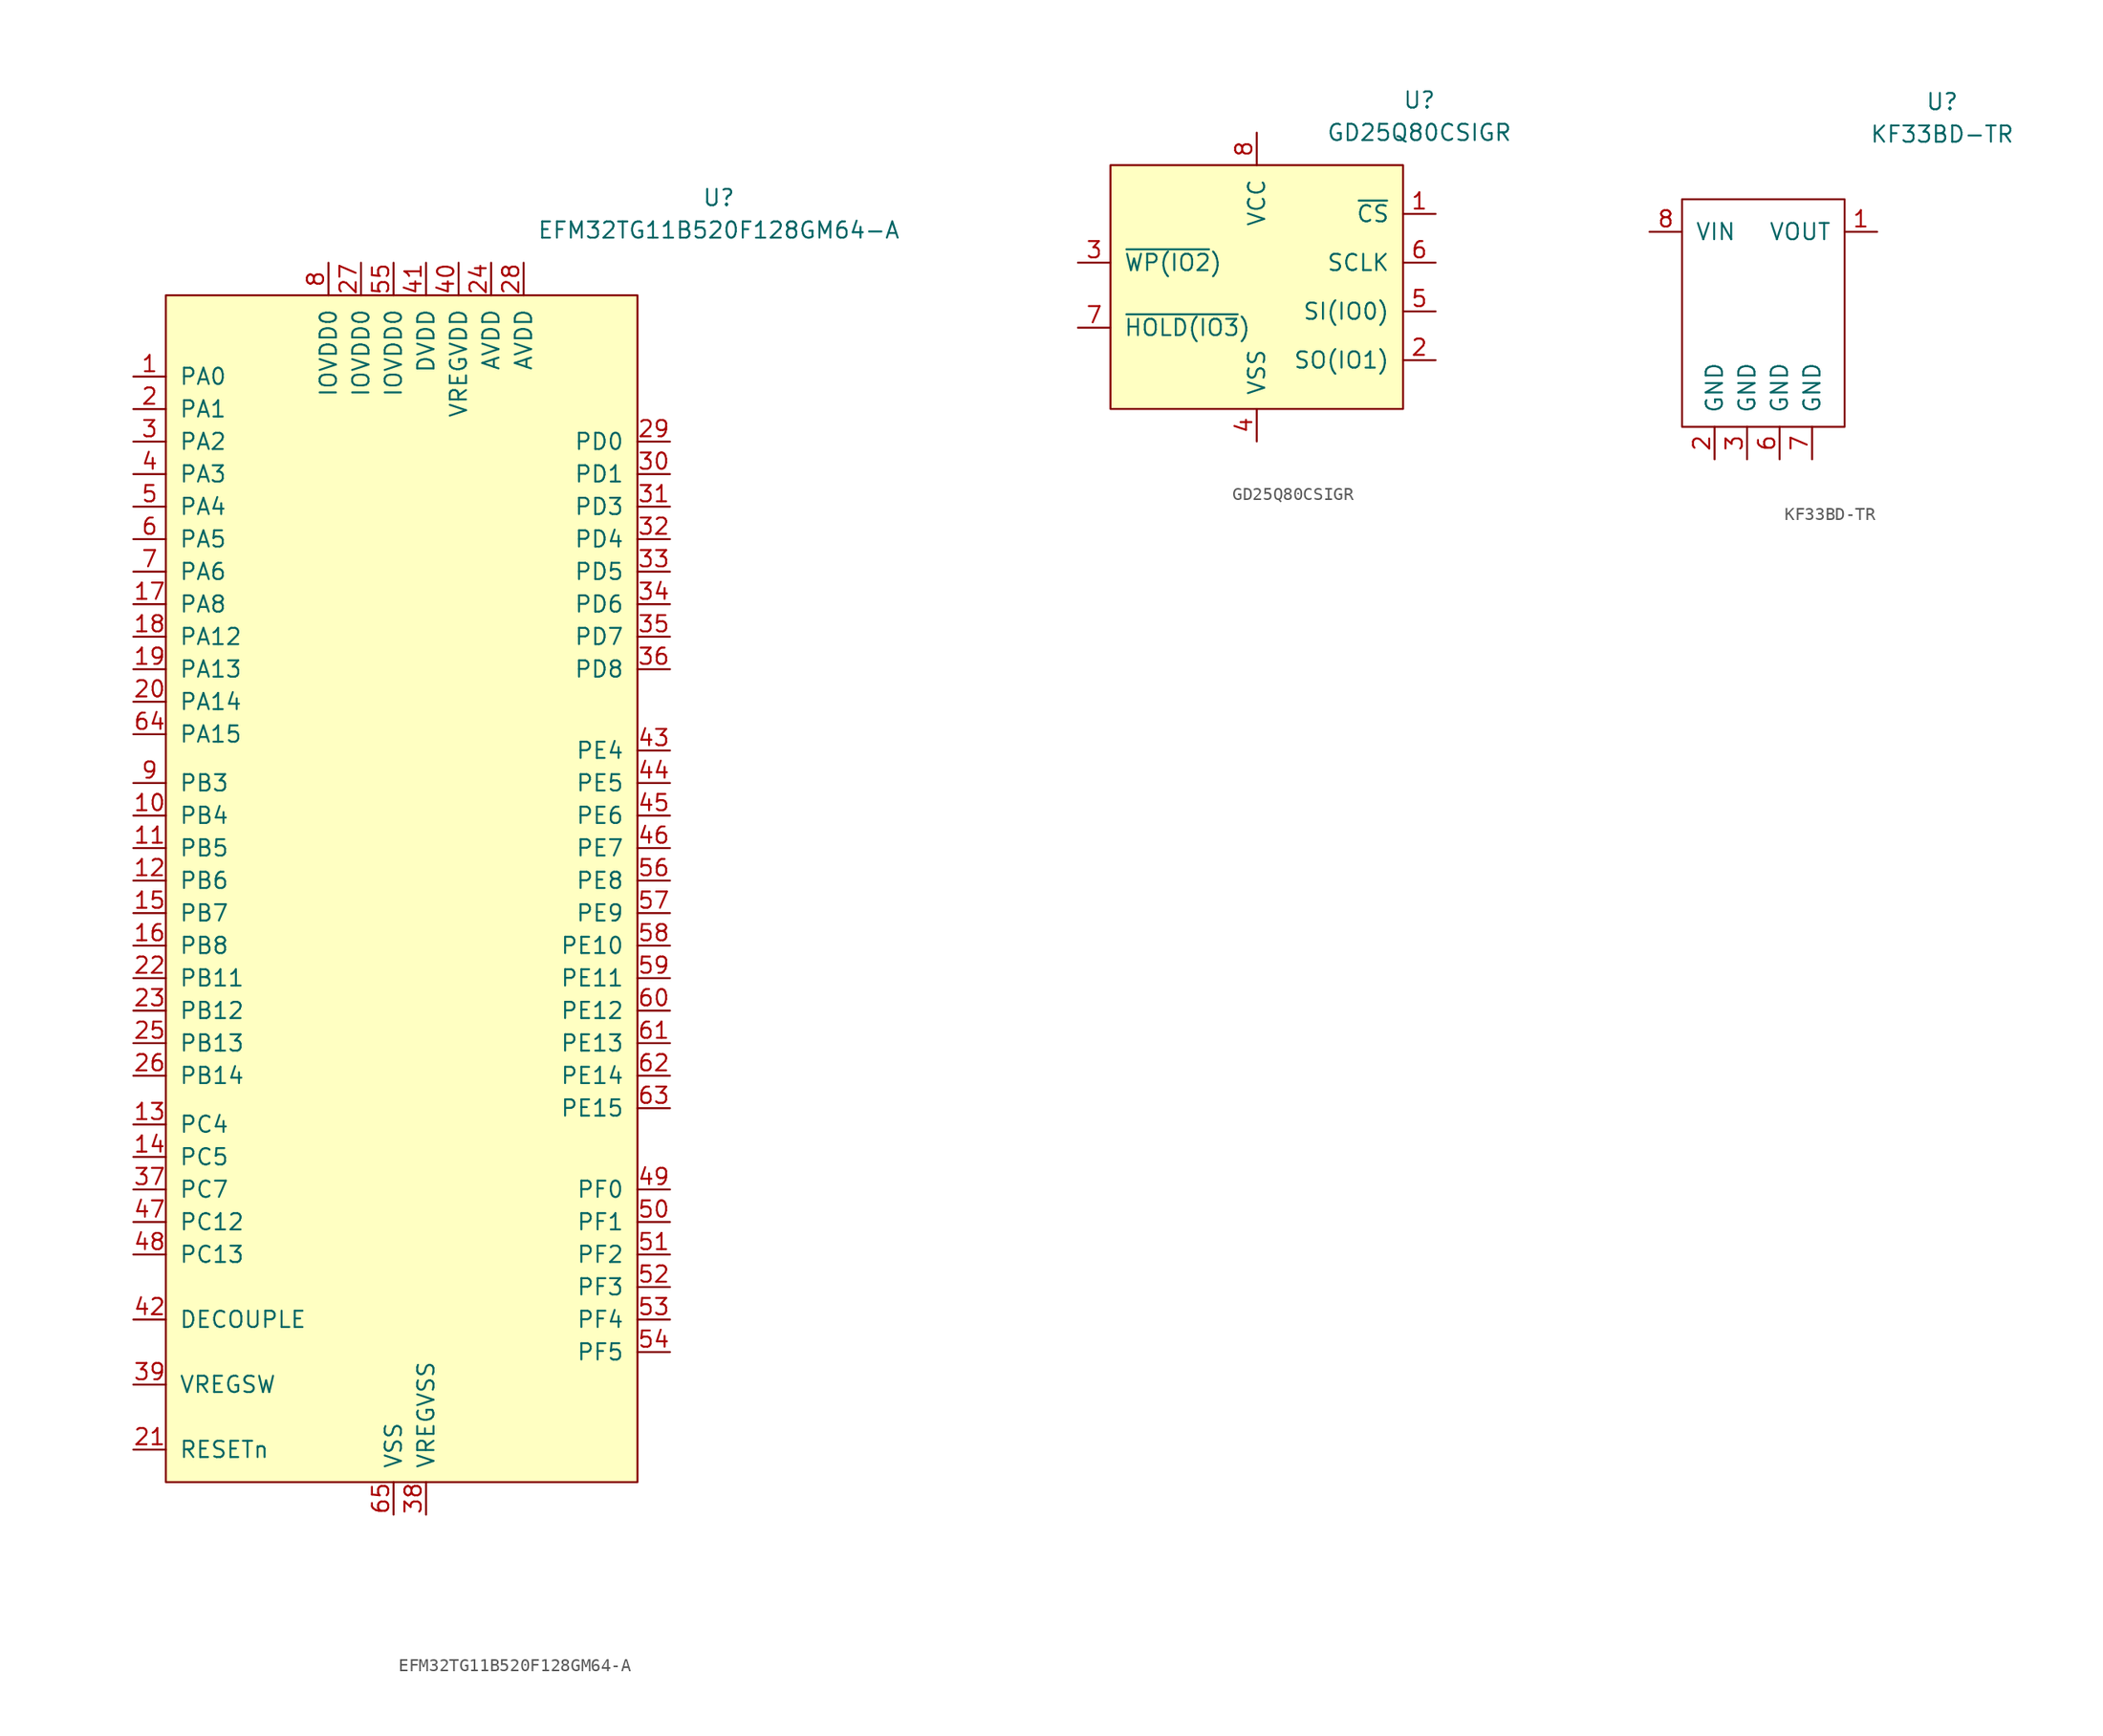
<source format=kicad_sym>
(kicad_symbol_lib
  (version 20211014)
  (generator kicad_symbol_editor)
  (symbol "EFM32TG11B520F128GM64-A"
    (pin_names
      (offset 1.016))
    (property "Reference" "U"
      (at 25.4 41.91 0)
      (effects (font (size 1.27 1.27))))
    (property "Value" "EFM32TG11B520F128GM64-A"
      (at 25.4 39.37 0)
      (effects (font (size 1.27 1.27))))
    (symbol "EFM32TG11B520F128GM64-A_0_1"
      (rectangle (start -17.78 34.29) (end 19.05 -58.42) (stroke (width 0) (type default) (color 0 0 0 0)) (fill (type background))))
    (symbol "EFM32TG11B520F128GM64-A_1_1"
      (pin bidirectional line (at -20.32 27.94 0) (length 2.54) (name "PA0" (effects (font (size 1.27 1.27)))) (number "1" (effects (font (size 1.27 1.27)))))
      (pin bidirectional line (at -20.32 -6.35 0) (length 2.54) (name "PB4" (effects (font (size 1.27 1.27)))) (number "10" (effects (font (size 1.27 1.27)))))
      (pin bidirectional line (at -20.32 -8.89 0) (length 2.54) (name "PB5" (effects (font (size 1.27 1.27)))) (number "11" (effects (font (size 1.27 1.27)))))
      (pin bidirectional line (at -20.32 -11.43 0) (length 2.54) (name "PB6" (effects (font (size 1.27 1.27)))) (number "12" (effects (font (size 1.27 1.27)))))
      (pin bidirectional line (at -20.32 -30.48 0) (length 2.54) (name "PC4" (effects (font (size 1.27 1.27)))) (number "13" (effects (font (size 1.27 1.27)))))
      (pin bidirectional line (at -20.32 -33.02 0) (length 2.54) (name "PC5" (effects (font (size 1.27 1.27)))) (number "14" (effects (font (size 1.27 1.27)))))
      (pin bidirectional line (at -20.32 -13.97 0) (length 2.54) (name "PB7" (effects (font (size 1.27 1.27)))) (number "15" (effects (font (size 1.27 1.27)))))
      (pin bidirectional line (at -20.32 -16.51 0) (length 2.54) (name "PB8" (effects (font (size 1.27 1.27)))) (number "16" (effects (font (size 1.27 1.27)))))
      (pin bidirectional line (at -20.32 10.16 0) (length 2.54) (name "PA8" (effects (font (size 1.27 1.27)))) (number "17" (effects (font (size 1.27 1.27)))))
      (pin bidirectional line (at -20.32 7.62 0) (length 2.54) (name "PA12" (effects (font (size 1.27 1.27)))) (number "18" (effects (font (size 1.27 1.27)))))
      (pin bidirectional line (at -20.32 5.08 0) (length 2.54) (name "PA13" (effects (font (size 1.27 1.27)))) (number "19" (effects (font (size 1.27 1.27)))))
      (pin bidirectional line (at -20.32 25.4 0) (length 2.54) (name "PA1" (effects (font (size 1.27 1.27)))) (number "2" (effects (font (size 1.27 1.27)))))
      (pin bidirectional line (at -20.32 2.54 0) (length 2.54) (name "PA14" (effects (font (size 1.27 1.27)))) (number "20" (effects (font (size 1.27 1.27)))))
      (pin input line (at -20.32 -55.88 0) (length 2.54) (name "RESETn" (effects (font (size 1.27 1.27)))) (number "21" (effects (font (size 1.27 1.27)))))
      (pin bidirectional line (at -20.32 -19.05 0) (length 2.54) (name "PB11" (effects (font (size 1.27 1.27)))) (number "22" (effects (font (size 1.27 1.27)))))
      (pin bidirectional line (at -20.32 -21.59 0) (length 2.54) (name "PB12" (effects (font (size 1.27 1.27)))) (number "23" (effects (font (size 1.27 1.27)))))
      (pin power_in line (at 7.62 36.83 270) (length 2.54) (name "AVDD" (effects (font (size 1.27 1.27)))) (number "24" (effects (font (size 1.27 1.27)))))
      (pin bidirectional line (at -20.32 -24.13 0) (length 2.54) (name "PB13" (effects (font (size 1.27 1.27)))) (number "25" (effects (font (size 1.27 1.27)))))
      (pin bidirectional line (at -20.32 -26.67 0) (length 2.54) (name "PB14" (effects (font (size 1.27 1.27)))) (number "26" (effects (font (size 1.27 1.27)))))
      (pin power_in line (at -2.54 36.83 270) (length 2.54) (name "IOVDD0" (effects (font (size 1.27 1.27)))) (number "27" (effects (font (size 1.27 1.27)))))
      (pin power_in line (at 10.16 36.83 270) (length 2.54) (name "AVDD" (effects (font (size 1.27 1.27)))) (number "28" (effects (font (size 1.27 1.27)))))
      (pin bidirectional line (at 21.59 22.86 180) (length 2.54) (name "PD0" (effects (font (size 1.27 1.27)))) (number "29" (effects (font (size 1.27 1.27)))))
      (pin bidirectional line (at -20.32 22.86 0) (length 2.54) (name "PA2" (effects (font (size 1.27 1.27)))) (number "3" (effects (font (size 1.27 1.27)))))
      (pin bidirectional line (at 21.59 20.32 180) (length 2.54) (name "PD1" (effects (font (size 1.27 1.27)))) (number "30" (effects (font (size 1.27 1.27)))))
      (pin bidirectional line (at 21.59 17.78 180) (length 2.54) (name "PD3" (effects (font (size 1.27 1.27)))) (number "31" (effects (font (size 1.27 1.27)))))
      (pin bidirectional line (at 21.59 15.24 180) (length 2.54) (name "PD4" (effects (font (size 1.27 1.27)))) (number "32" (effects (font (size 1.27 1.27)))))
      (pin bidirectional line (at 21.59 12.7 180) (length 2.54) (name "PD5" (effects (font (size 1.27 1.27)))) (number "33" (effects (font (size 1.27 1.27)))))
      (pin bidirectional line (at 21.59 10.16 180) (length 2.54) (name "PD6" (effects (font (size 1.27 1.27)))) (number "34" (effects (font (size 1.27 1.27)))))
      (pin bidirectional line (at 21.59 7.62 180) (length 2.54) (name "PD7" (effects (font (size 1.27 1.27)))) (number "35" (effects (font (size 1.27 1.27)))))
      (pin bidirectional line (at 21.59 5.08 180) (length 2.54) (name "PD8" (effects (font (size 1.27 1.27)))) (number "36" (effects (font (size 1.27 1.27)))))
      (pin bidirectional line (at -20.32 -35.56 0) (length 2.54) (name "PC7" (effects (font (size 1.27 1.27)))) (number "37" (effects (font (size 1.27 1.27)))))
      (pin power_in line (at 2.54 -60.96 90) (length 2.54) (name "VREGVSS" (effects (font (size 1.27 1.27)))) (number "38" (effects (font (size 1.27 1.27)))))
      (pin unspecified line (at -20.32 -50.8 0) (length 2.54) (name "VREGSW" (effects (font (size 1.27 1.27)))) (number "39" (effects (font (size 1.27 1.27)))))
      (pin bidirectional line (at -20.32 20.32 0) (length 2.54) (name "PA3" (effects (font (size 1.27 1.27)))) (number "4" (effects (font (size 1.27 1.27)))))
      (pin power_in line (at 5.08 36.83 270) (length 2.54) (name "VREGVDD" (effects (font (size 1.27 1.27)))) (number "40" (effects (font (size 1.27 1.27)))))
      (pin power_in line (at 2.54 36.83 270) (length 2.54) (name "DVDD" (effects (font (size 1.27 1.27)))) (number "41" (effects (font (size 1.27 1.27)))))
      (pin power_out line (at -20.32 -45.72 0) (length 2.54) (name "DECOUPLE" (effects (font (size 1.27 1.27)))) (number "42" (effects (font (size 1.27 1.27)))))
      (pin bidirectional line (at 21.59 -1.27 180) (length 2.54) (name "PE4" (effects (font (size 1.27 1.27)))) (number "43" (effects (font (size 1.27 1.27)))))
      (pin bidirectional line (at 21.59 -3.81 180) (length 2.54) (name "PE5" (effects (font (size 1.27 1.27)))) (number "44" (effects (font (size 1.27 1.27)))))
      (pin bidirectional line (at 21.59 -6.35 180) (length 2.54) (name "PE6" (effects (font (size 1.27 1.27)))) (number "45" (effects (font (size 1.27 1.27)))))
      (pin bidirectional line (at 21.59 -8.89 180) (length 2.54) (name "PE7" (effects (font (size 1.27 1.27)))) (number "46" (effects (font (size 1.27 1.27)))))
      (pin bidirectional line (at -20.32 -38.1 0) (length 2.54) (name "PC12" (effects (font (size 1.27 1.27)))) (number "47" (effects (font (size 1.27 1.27)))))
      (pin bidirectional line (at -20.32 -40.64 0) (length 2.54) (name "PC13" (effects (font (size 1.27 1.27)))) (number "48" (effects (font (size 1.27 1.27)))))
      (pin bidirectional line (at 21.59 -35.56 180) (length 2.54) (name "PF0" (effects (font (size 1.27 1.27)))) (number "49" (effects (font (size 1.27 1.27)))))
      (pin bidirectional line (at -20.32 17.78 0) (length 2.54) (name "PA4" (effects (font (size 1.27 1.27)))) (number "5" (effects (font (size 1.27 1.27)))))
      (pin bidirectional line (at 21.59 -38.1 180) (length 2.54) (name "PF1" (effects (font (size 1.27 1.27)))) (number "50" (effects (font (size 1.27 1.27)))))
      (pin bidirectional line (at 21.59 -40.64 180) (length 2.54) (name "PF2" (effects (font (size 1.27 1.27)))) (number "51" (effects (font (size 1.27 1.27)))))
      (pin bidirectional line (at 21.59 -43.18 180) (length 2.54) (name "PF3" (effects (font (size 1.27 1.27)))) (number "52" (effects (font (size 1.27 1.27)))))
      (pin bidirectional line (at 21.59 -45.72 180) (length 2.54) (name "PF4" (effects (font (size 1.27 1.27)))) (number "53" (effects (font (size 1.27 1.27)))))
      (pin bidirectional line (at 21.59 -48.26 180) (length 2.54) (name "PF5" (effects (font (size 1.27 1.27)))) (number "54" (effects (font (size 1.27 1.27)))))
      (pin power_in line (at 0 36.83 270) (length 2.54) (name "IOVDD0" (effects (font (size 1.27 1.27)))) (number "55" (effects (font (size 1.27 1.27)))))
      (pin bidirectional line (at 21.59 -11.43 180) (length 2.54) (name "PE8" (effects (font (size 1.27 1.27)))) (number "56" (effects (font (size 1.27 1.27)))))
      (pin bidirectional line (at 21.59 -13.97 180) (length 2.54) (name "PE9" (effects (font (size 1.27 1.27)))) (number "57" (effects (font (size 1.27 1.27)))))
      (pin bidirectional line (at 21.59 -16.51 180) (length 2.54) (name "PE10" (effects (font (size 1.27 1.27)))) (number "58" (effects (font (size 1.27 1.27)))))
      (pin bidirectional line (at 21.59 -19.05 180) (length 2.54) (name "PE11" (effects (font (size 1.27 1.27)))) (number "59" (effects (font (size 1.27 1.27)))))
      (pin bidirectional line (at -20.32 15.24 0) (length 2.54) (name "PA5" (effects (font (size 1.27 1.27)))) (number "6" (effects (font (size 1.27 1.27)))))
      (pin bidirectional line (at 21.59 -21.59 180) (length 2.54) (name "PE12" (effects (font (size 1.27 1.27)))) (number "60" (effects (font (size 1.27 1.27)))))
      (pin bidirectional line (at 21.59 -24.13 180) (length 2.54) (name "PE13" (effects (font (size 1.27 1.27)))) (number "61" (effects (font (size 1.27 1.27)))))
      (pin bidirectional line (at 21.59 -26.67 180) (length 2.54) (name "PE14" (effects (font (size 1.27 1.27)))) (number "62" (effects (font (size 1.27 1.27)))))
      (pin bidirectional line (at 21.59 -29.21 180) (length 2.54) (name "PE15" (effects (font (size 1.27 1.27)))) (number "63" (effects (font (size 1.27 1.27)))))
      (pin bidirectional line (at -20.32 0 0) (length 2.54) (name "PA15" (effects (font (size 1.27 1.27)))) (number "64" (effects (font (size 1.27 1.27)))))
      (pin power_out line (at 0 -60.96 90) (length 2.54) (name "VSS" (effects (font (size 1.27 1.27)))) (number "65" (effects (font (size 1.27 1.27)))))
      (pin bidirectional line (at -20.32 12.7 0) (length 2.54) (name "PA6" (effects (font (size 1.27 1.27)))) (number "7" (effects (font (size 1.27 1.27)))))
      (pin power_in line (at -5.08 36.83 270) (length 2.54) (name "IOVDD0" (effects (font (size 1.27 1.27)))) (number "8" (effects (font (size 1.27 1.27)))))
      (pin bidirectional line (at -20.32 -3.81 0) (length 2.54) (name "PB3" (effects (font (size 1.27 1.27)))) (number "9" (effects (font (size 1.27 1.27)))))))
  (symbol "GD25Q80CSIGR"
    (pin_names
      (offset 1.016))
    (property "Reference" "U"
      (at 12.7 15.24 0)
      (effects (font (size 1.27 1.27))))
    (property "Value" "GD25Q80CSIGR"
      (at 12.7 12.7 0)
      (effects (font (size 1.27 1.27))))
    (symbol "GD25Q80CSIGR_0_1"
      (rectangle (start -11.43 10.16) (end 11.43 -8.89) (stroke (width 0) (type default) (color 0 0 0 0)) (fill (type background))))
    (symbol "GD25Q80CSIGR_1_1"
      (pin input line (at 13.97 6.35 180) (length 2.54) (name "~{CS}" (effects (font (size 1.27 1.27)))) (number "1" (effects (font (size 1.27 1.27)))))
      (pin bidirectional line (at 13.97 -5.08 180) (length 2.54) (name "SO(IO1)" (effects (font (size 1.27 1.27)))) (number "2" (effects (font (size 1.27 1.27)))))
      (pin bidirectional line (at -13.97 2.54 0) (length 2.54) (name "~{WP(IO2})" (effects (font (size 1.27 1.27)))) (number "3" (effects (font (size 1.27 1.27)))))
      (pin power_out line (at 0 -11.43 90) (length 2.54) (name "VSS" (effects (font (size 1.27 1.27)))) (number "4" (effects (font (size 1.27 1.27)))))
      (pin bidirectional line (at 13.97 -1.27 180) (length 2.54) (name "SI(IO0)" (effects (font (size 1.27 1.27)))) (number "5" (effects (font (size 1.27 1.27)))))
      (pin bidirectional line (at 13.97 2.54 180) (length 2.54) (name "SCLK" (effects (font (size 1.27 1.27)))) (number "6" (effects (font (size 1.27 1.27)))))
      (pin bidirectional line (at -13.97 -2.54 0) (length 2.54) (name "~{HOLD(IO3})" (effects (font (size 1.27 1.27)))) (number "7" (effects (font (size 1.27 1.27)))))
      (pin power_in line (at 0 12.7 270) (length 2.54) (name "VCC" (effects (font (size 1.27 1.27)))) (number "8" (effects (font (size 1.27 1.27)))))))
  (symbol "KF33BD-TR"
    (pin_names
      (offset 1.016))
    (property "Reference" "U"
      (at 13.97 16.51 0)
      (effects (font (size 1.27 1.27))))
    (property "Value" "KF33BD-TR"
      (at 13.97 13.97 0)
      (effects (font (size 1.27 1.27))))
    (symbol "KF33BD-TR_0_1"
      (rectangle (start -6.35 8.89) (end 6.35 -8.89) (stroke (width 0) (type default) (color 0 0 0 0)) (fill (type none))))
    (symbol "KF33BD-TR_1_1"
      (pin power_out line (at 8.89 6.35 180) (length 2.54) (name "VOUT" (effects (font (size 1.27 1.27)))) (number "1" (effects (font (size 1.27 1.27)))))
      (pin power_out line (at -3.81 -11.43 90) (length 2.54) (name "GND" (effects (font (size 1.27 1.27)))) (number "2" (effects (font (size 1.27 1.27)))))
      (pin power_out line (at -1.27 -11.43 90) (length 2.54) (name "GND" (effects (font (size 1.27 1.27)))) (number "3" (effects (font (size 1.27 1.27)))))
      (pin power_out line (at 1.27 -11.43 90) (length 2.54) (name "GND" (effects (font (size 1.27 1.27)))) (number "6" (effects (font (size 1.27 1.27)))))
      (pin power_out line (at 3.81 -11.43 90) (length 2.54) (name "GND" (effects (font (size 1.27 1.27)))) (number "7" (effects (font (size 1.27 1.27)))))
      (pin power_in line (at -8.89 6.35 0) (length 2.54) (name "VIN" (effects (font (size 1.27 1.27)))) (number "8" (effects (font (size 1.27 1.27))))))))
</source>
